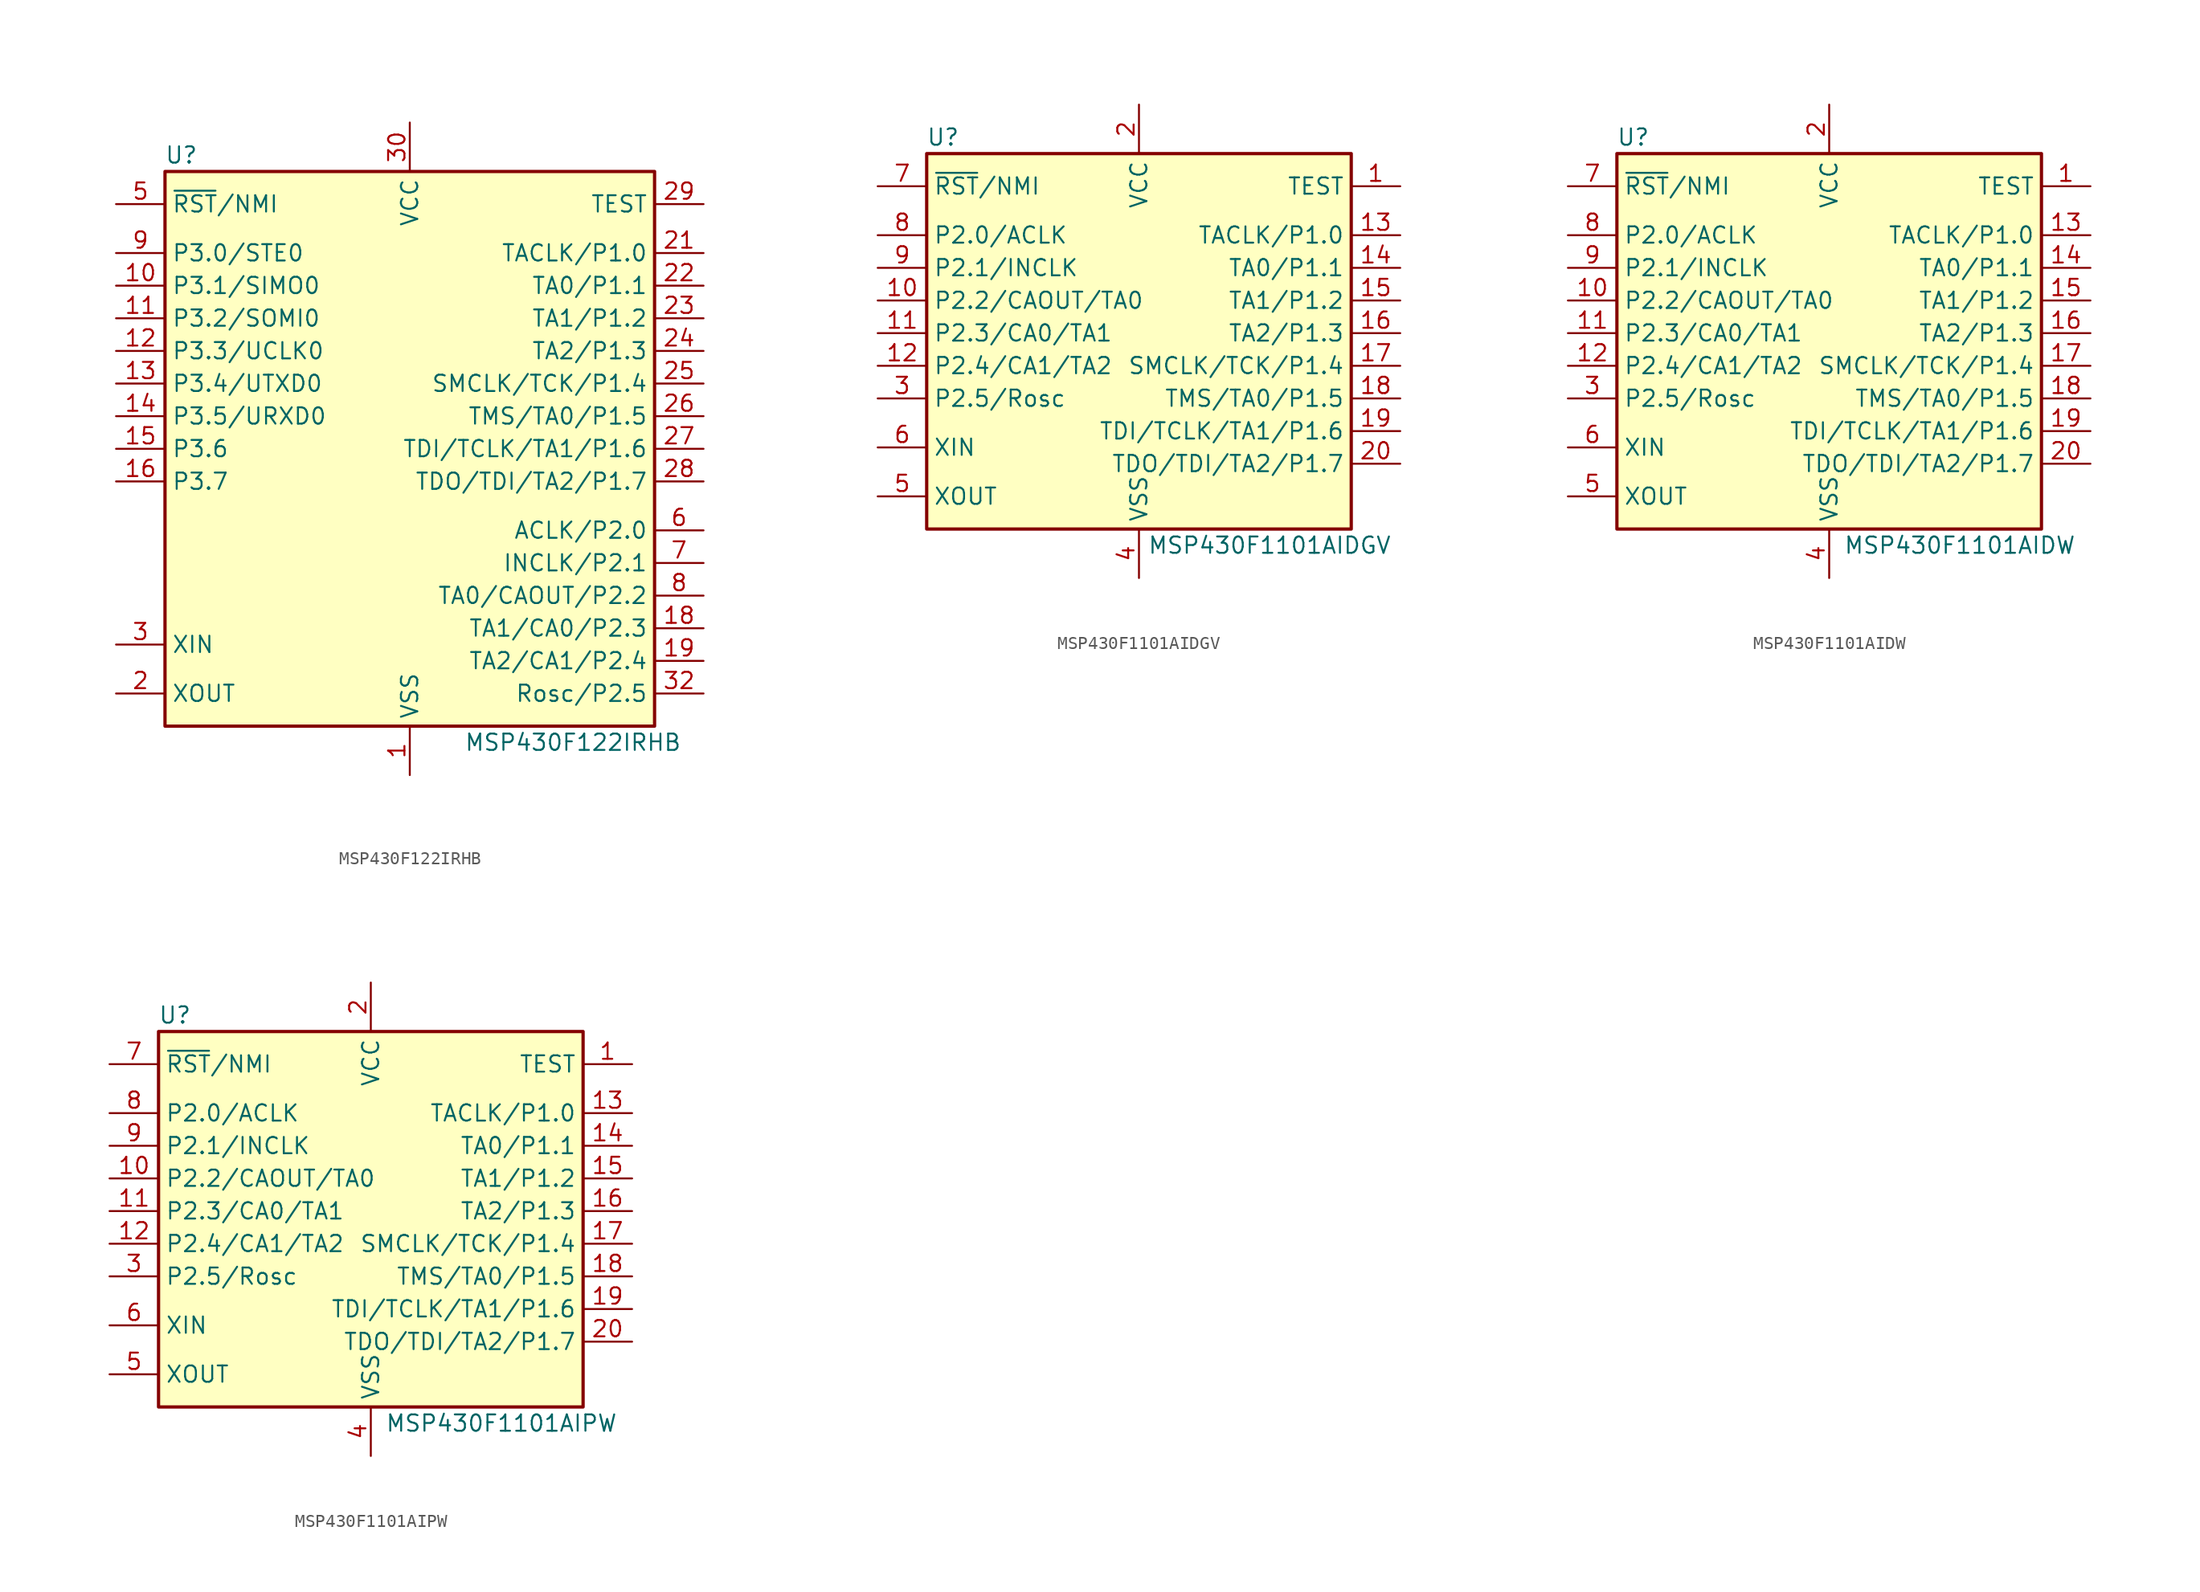
<source format=kicad_sym>
(kicad_symbol_lib
  (version 20211014)
  (generator kicad_symbol_editor)
  (symbol "MSP430F122IRHB"
    (property "Reference" "U"
      (at -17.78 22.86 0)
      (effects (font (size 1.27 1.27))))
    (property "Value" "MSP430F122IRHB"
      (at 12.7 -22.86 0)
      (effects (font (size 1.27 1.27))))
    (symbol "MSP430F122IRHB_0_1"
      (rectangle (start -19.05 21.59) (end 19.05 -21.59) (stroke (width 0.254) (type default) (color 0 0 0 0)) (fill (type background))))
    (symbol "MSP430F122IRHB_1_1"
      (pin power_in line (at 0 -25.4 90) (length 3.81) (name "VSS" (effects (font (size 1.27 1.27)))) (number "1" (effects (font (size 1.27 1.27)))))
      (pin bidirectional line (at -22.86 12.7 0) (length 3.81) (name "P3.1/SIMO0" (effects (font (size 1.27 1.27)))) (number "10" (effects (font (size 1.27 1.27)))))
      (pin bidirectional line (at -22.86 10.16 0) (length 3.81) (name "P3.2/SOMI0" (effects (font (size 1.27 1.27)))) (number "11" (effects (font (size 1.27 1.27)))))
      (pin bidirectional line (at -22.86 7.62 0) (length 3.81) (name "P3.3/UCLK0" (effects (font (size 1.27 1.27)))) (number "12" (effects (font (size 1.27 1.27)))))
      (pin bidirectional line (at -22.86 5.08 0) (length 3.81) (name "P3.4/UTXD0" (effects (font (size 1.27 1.27)))) (number "13" (effects (font (size 1.27 1.27)))))
      (pin bidirectional line (at -22.86 2.54 0) (length 3.81) (name "P3.5/URXD0" (effects (font (size 1.27 1.27)))) (number "14" (effects (font (size 1.27 1.27)))))
      (pin bidirectional line (at -22.86 0 0) (length 3.81) (name "P3.6" (effects (font (size 1.27 1.27)))) (number "15" (effects (font (size 1.27 1.27)))))
      (pin bidirectional line (at -22.86 -2.54 0) (length 3.81) (name "P3.7" (effects (font (size 1.27 1.27)))) (number "16" (effects (font (size 1.27 1.27)))))
      (pin bidirectional line (at 22.86 -13.97 180) (length 3.81) (name "TA1/CA0/P2.3" (effects (font (size 1.27 1.27)))) (number "18" (effects (font (size 1.27 1.27)))))
      (pin bidirectional line (at 22.86 -16.51 180) (length 3.81) (name "TA2/CA1/P2.4" (effects (font (size 1.27 1.27)))) (number "19" (effects (font (size 1.27 1.27)))))
      (pin output line (at -22.86 -19.05 0) (length 3.81) (name "XOUT" (effects (font (size 1.27 1.27)))) (number "2" (effects (font (size 1.27 1.27)))))
      (pin bidirectional line (at 22.86 15.24 180) (length 3.81) (name "TACLK/P1.0" (effects (font (size 1.27 1.27)))) (number "21" (effects (font (size 1.27 1.27)))))
      (pin bidirectional line (at 22.86 12.7 180) (length 3.81) (name "TA0/P1.1" (effects (font (size 1.27 1.27)))) (number "22" (effects (font (size 1.27 1.27)))))
      (pin bidirectional line (at 22.86 10.16 180) (length 3.81) (name "TA1/P1.2" (effects (font (size 1.27 1.27)))) (number "23" (effects (font (size 1.27 1.27)))))
      (pin bidirectional line (at 22.86 7.62 180) (length 3.81) (name "TA2/P1.3" (effects (font (size 1.27 1.27)))) (number "24" (effects (font (size 1.27 1.27)))))
      (pin bidirectional line (at 22.86 5.08 180) (length 3.81) (name "SMCLK/TCK/P1.4" (effects (font (size 1.27 1.27)))) (number "25" (effects (font (size 1.27 1.27)))))
      (pin bidirectional line (at 22.86 2.54 180) (length 3.81) (name "TMS/TA0/P1.5" (effects (font (size 1.27 1.27)))) (number "26" (effects (font (size 1.27 1.27)))))
      (pin bidirectional line (at 22.86 0 180) (length 3.81) (name "TDI/TCLK/TA1/P1.6" (effects (font (size 1.27 1.27)))) (number "27" (effects (font (size 1.27 1.27)))))
      (pin bidirectional line (at 22.86 -2.54 180) (length 3.81) (name "TDO/TDI/TA2/P1.7" (effects (font (size 1.27 1.27)))) (number "28" (effects (font (size 1.27 1.27)))))
      (pin input line (at 22.86 19.05 180) (length 3.81) (name "TEST" (effects (font (size 1.27 1.27)))) (number "29" (effects (font (size 1.27 1.27)))))
      (pin input line (at -22.86 -15.24 0) (length 3.81) (name "XIN" (effects (font (size 1.27 1.27)))) (number "3" (effects (font (size 1.27 1.27)))))
      (pin power_in line (at 0 25.4 270) (length 3.81) (name "VCC" (effects (font (size 1.27 1.27)))) (number "30" (effects (font (size 1.27 1.27)))))
      (pin bidirectional line (at 22.86 -19.05 180) (length 3.81) (name "Rosc/P2.5" (effects (font (size 1.27 1.27)))) (number "32" (effects (font (size 1.27 1.27)))))
      (pin input line (at -22.86 19.05 0) (length 3.81) (name "~{RST}/NMI" (effects (font (size 1.27 1.27)))) (number "5" (effects (font (size 1.27 1.27)))))
      (pin bidirectional line (at 22.86 -6.35 180) (length 3.81) (name "ACLK/P2.0" (effects (font (size 1.27 1.27)))) (number "6" (effects (font (size 1.27 1.27)))))
      (pin bidirectional line (at 22.86 -8.89 180) (length 3.81) (name "INCLK/P2.1" (effects (font (size 1.27 1.27)))) (number "7" (effects (font (size 1.27 1.27)))))
      (pin bidirectional line (at 22.86 -11.43 180) (length 3.81) (name "TA0/CAOUT/P2.2" (effects (font (size 1.27 1.27)))) (number "8" (effects (font (size 1.27 1.27)))))
      (pin bidirectional line (at -22.86 15.24 0) (length 3.81) (name "P3.0/STE0" (effects (font (size 1.27 1.27)))) (number "9" (effects (font (size 1.27 1.27)))))))
  (symbol "MSP430F1101AIDGV"
    (property "Reference" "U"
      (at -15.24 15.24 0)
      (effects (font (size 1.27 1.27))))
    (property "Value" "MSP430F1101AIDGV"
      (at 10.16 -16.51 0)
      (effects (font (size 1.27 1.27))))
    (symbol "MSP430F1101AIDGV_0_1"
      (rectangle (start -16.51 13.97) (end 16.51 -15.24) (stroke (width 0.254) (type default) (color 0 0 0 0)) (fill (type background))))
    (symbol "MSP430F1101AIDGV_1_1"
      (pin input line (at 20.32 11.43 180) (length 3.81) (name "TEST" (effects (font (size 1.27 1.27)))) (number "1" (effects (font (size 1.27 1.27)))))
      (pin bidirectional line (at -20.32 2.54 0) (length 3.81) (name "P2.2/CAOUT/TA0" (effects (font (size 1.27 1.27)))) (number "10" (effects (font (size 1.27 1.27)))))
      (pin bidirectional line (at -20.32 0 0) (length 3.81) (name "P2.3/CA0/TA1" (effects (font (size 1.27 1.27)))) (number "11" (effects (font (size 1.27 1.27)))))
      (pin bidirectional line (at -20.32 -2.54 0) (length 3.81) (name "P2.4/CA1/TA2" (effects (font (size 1.27 1.27)))) (number "12" (effects (font (size 1.27 1.27)))))
      (pin bidirectional line (at 20.32 7.62 180) (length 3.81) (name "TACLK/P1.0" (effects (font (size 1.27 1.27)))) (number "13" (effects (font (size 1.27 1.27)))))
      (pin bidirectional line (at 20.32 5.08 180) (length 3.81) (name "TA0/P1.1" (effects (font (size 1.27 1.27)))) (number "14" (effects (font (size 1.27 1.27)))))
      (pin bidirectional line (at 20.32 2.54 180) (length 3.81) (name "TA1/P1.2" (effects (font (size 1.27 1.27)))) (number "15" (effects (font (size 1.27 1.27)))))
      (pin bidirectional line (at 20.32 0 180) (length 3.81) (name "TA2/P1.3" (effects (font (size 1.27 1.27)))) (number "16" (effects (font (size 1.27 1.27)))))
      (pin bidirectional line (at 20.32 -2.54 180) (length 3.81) (name "SMCLK/TCK/P1.4" (effects (font (size 1.27 1.27)))) (number "17" (effects (font (size 1.27 1.27)))))
      (pin bidirectional line (at 20.32 -5.08 180) (length 3.81) (name "TMS/TA0/P1.5" (effects (font (size 1.27 1.27)))) (number "18" (effects (font (size 1.27 1.27)))))
      (pin bidirectional line (at 20.32 -7.62 180) (length 3.81) (name "TDI/TCLK/TA1/P1.6" (effects (font (size 1.27 1.27)))) (number "19" (effects (font (size 1.27 1.27)))))
      (pin power_in line (at 0 17.78 270) (length 3.81) (name "VCC" (effects (font (size 1.27 1.27)))) (number "2" (effects (font (size 1.27 1.27)))))
      (pin bidirectional line (at 20.32 -10.16 180) (length 3.81) (name "TDO/TDI/TA2/P1.7" (effects (font (size 1.27 1.27)))) (number "20" (effects (font (size 1.27 1.27)))))
      (pin bidirectional line (at -20.32 -5.08 0) (length 3.81) (name "P2.5/Rosc" (effects (font (size 1.27 1.27)))) (number "3" (effects (font (size 1.27 1.27)))))
      (pin power_in line (at 0 -19.05 90) (length 3.81) (name "VSS" (effects (font (size 1.27 1.27)))) (number "4" (effects (font (size 1.27 1.27)))))
      (pin output line (at -20.32 -12.7 0) (length 3.81) (name "XOUT" (effects (font (size 1.27 1.27)))) (number "5" (effects (font (size 1.27 1.27)))))
      (pin input line (at -20.32 -8.89 0) (length 3.81) (name "XIN" (effects (font (size 1.27 1.27)))) (number "6" (effects (font (size 1.27 1.27)))))
      (pin input line (at -20.32 11.43 0) (length 3.81) (name "~{RST}/NMI" (effects (font (size 1.27 1.27)))) (number "7" (effects (font (size 1.27 1.27)))))
      (pin bidirectional line (at -20.32 7.62 0) (length 3.81) (name "P2.0/ACLK" (effects (font (size 1.27 1.27)))) (number "8" (effects (font (size 1.27 1.27)))))
      (pin bidirectional line (at -20.32 5.08 0) (length 3.81) (name "P2.1/INCLK" (effects (font (size 1.27 1.27)))) (number "9" (effects (font (size 1.27 1.27)))))))
  (symbol "MSP430F1101AIDW"
    (property "Reference" "U"
      (at -15.24 15.24 0)
      (effects (font (size 1.27 1.27))))
    (property "Value" "MSP430F1101AIDW"
      (at 10.16 -16.51 0)
      (effects (font (size 1.27 1.27))))
    (symbol "MSP430F1101AIDW_0_1"
      (rectangle (start -16.51 13.97) (end 16.51 -15.24) (stroke (width 0.254) (type default) (color 0 0 0 0)) (fill (type background))))
    (symbol "MSP430F1101AIDW_1_1"
      (pin input line (at 20.32 11.43 180) (length 3.81) (name "TEST" (effects (font (size 1.27 1.27)))) (number "1" (effects (font (size 1.27 1.27)))))
      (pin bidirectional line (at -20.32 2.54 0) (length 3.81) (name "P2.2/CAOUT/TA0" (effects (font (size 1.27 1.27)))) (number "10" (effects (font (size 1.27 1.27)))))
      (pin bidirectional line (at -20.32 0 0) (length 3.81) (name "P2.3/CA0/TA1" (effects (font (size 1.27 1.27)))) (number "11" (effects (font (size 1.27 1.27)))))
      (pin bidirectional line (at -20.32 -2.54 0) (length 3.81) (name "P2.4/CA1/TA2" (effects (font (size 1.27 1.27)))) (number "12" (effects (font (size 1.27 1.27)))))
      (pin bidirectional line (at 20.32 7.62 180) (length 3.81) (name "TACLK/P1.0" (effects (font (size 1.27 1.27)))) (number "13" (effects (font (size 1.27 1.27)))))
      (pin bidirectional line (at 20.32 5.08 180) (length 3.81) (name "TA0/P1.1" (effects (font (size 1.27 1.27)))) (number "14" (effects (font (size 1.27 1.27)))))
      (pin bidirectional line (at 20.32 2.54 180) (length 3.81) (name "TA1/P1.2" (effects (font (size 1.27 1.27)))) (number "15" (effects (font (size 1.27 1.27)))))
      (pin bidirectional line (at 20.32 0 180) (length 3.81) (name "TA2/P1.3" (effects (font (size 1.27 1.27)))) (number "16" (effects (font (size 1.27 1.27)))))
      (pin bidirectional line (at 20.32 -2.54 180) (length 3.81) (name "SMCLK/TCK/P1.4" (effects (font (size 1.27 1.27)))) (number "17" (effects (font (size 1.27 1.27)))))
      (pin bidirectional line (at 20.32 -5.08 180) (length 3.81) (name "TMS/TA0/P1.5" (effects (font (size 1.27 1.27)))) (number "18" (effects (font (size 1.27 1.27)))))
      (pin bidirectional line (at 20.32 -7.62 180) (length 3.81) (name "TDI/TCLK/TA1/P1.6" (effects (font (size 1.27 1.27)))) (number "19" (effects (font (size 1.27 1.27)))))
      (pin power_in line (at 0 17.78 270) (length 3.81) (name "VCC" (effects (font (size 1.27 1.27)))) (number "2" (effects (font (size 1.27 1.27)))))
      (pin bidirectional line (at 20.32 -10.16 180) (length 3.81) (name "TDO/TDI/TA2/P1.7" (effects (font (size 1.27 1.27)))) (number "20" (effects (font (size 1.27 1.27)))))
      (pin bidirectional line (at -20.32 -5.08 0) (length 3.81) (name "P2.5/Rosc" (effects (font (size 1.27 1.27)))) (number "3" (effects (font (size 1.27 1.27)))))
      (pin power_in line (at 0 -19.05 90) (length 3.81) (name "VSS" (effects (font (size 1.27 1.27)))) (number "4" (effects (font (size 1.27 1.27)))))
      (pin output line (at -20.32 -12.7 0) (length 3.81) (name "XOUT" (effects (font (size 1.27 1.27)))) (number "5" (effects (font (size 1.27 1.27)))))
      (pin input line (at -20.32 -8.89 0) (length 3.81) (name "XIN" (effects (font (size 1.27 1.27)))) (number "6" (effects (font (size 1.27 1.27)))))
      (pin input line (at -20.32 11.43 0) (length 3.81) (name "~{RST}/NMI" (effects (font (size 1.27 1.27)))) (number "7" (effects (font (size 1.27 1.27)))))
      (pin bidirectional line (at -20.32 7.62 0) (length 3.81) (name "P2.0/ACLK" (effects (font (size 1.27 1.27)))) (number "8" (effects (font (size 1.27 1.27)))))
      (pin bidirectional line (at -20.32 5.08 0) (length 3.81) (name "P2.1/INCLK" (effects (font (size 1.27 1.27)))) (number "9" (effects (font (size 1.27 1.27)))))))
  (symbol "MSP430F1101AIPW"
    (property "Reference" "U"
      (at -15.24 15.24 0)
      (effects (font (size 1.27 1.27))))
    (property "Value" "MSP430F1101AIPW"
      (at 10.16 -16.51 0)
      (effects (font (size 1.27 1.27))))
    (symbol "MSP430F1101AIPW_0_1"
      (rectangle (start -16.51 13.97) (end 16.51 -15.24) (stroke (width 0.254) (type default) (color 0 0 0 0)) (fill (type background))))
    (symbol "MSP430F1101AIPW_1_1"
      (pin input line (at 20.32 11.43 180) (length 3.81) (name "TEST" (effects (font (size 1.27 1.27)))) (number "1" (effects (font (size 1.27 1.27)))))
      (pin bidirectional line (at -20.32 2.54 0) (length 3.81) (name "P2.2/CAOUT/TA0" (effects (font (size 1.27 1.27)))) (number "10" (effects (font (size 1.27 1.27)))))
      (pin bidirectional line (at -20.32 0 0) (length 3.81) (name "P2.3/CA0/TA1" (effects (font (size 1.27 1.27)))) (number "11" (effects (font (size 1.27 1.27)))))
      (pin bidirectional line (at -20.32 -2.54 0) (length 3.81) (name "P2.4/CA1/TA2" (effects (font (size 1.27 1.27)))) (number "12" (effects (font (size 1.27 1.27)))))
      (pin bidirectional line (at 20.32 7.62 180) (length 3.81) (name "TACLK/P1.0" (effects (font (size 1.27 1.27)))) (number "13" (effects (font (size 1.27 1.27)))))
      (pin bidirectional line (at 20.32 5.08 180) (length 3.81) (name "TA0/P1.1" (effects (font (size 1.27 1.27)))) (number "14" (effects (font (size 1.27 1.27)))))
      (pin bidirectional line (at 20.32 2.54 180) (length 3.81) (name "TA1/P1.2" (effects (font (size 1.27 1.27)))) (number "15" (effects (font (size 1.27 1.27)))))
      (pin bidirectional line (at 20.32 0 180) (length 3.81) (name "TA2/P1.3" (effects (font (size 1.27 1.27)))) (number "16" (effects (font (size 1.27 1.27)))))
      (pin bidirectional line (at 20.32 -2.54 180) (length 3.81) (name "SMCLK/TCK/P1.4" (effects (font (size 1.27 1.27)))) (number "17" (effects (font (size 1.27 1.27)))))
      (pin bidirectional line (at 20.32 -5.08 180) (length 3.81) (name "TMS/TA0/P1.5" (effects (font (size 1.27 1.27)))) (number "18" (effects (font (size 1.27 1.27)))))
      (pin bidirectional line (at 20.32 -7.62 180) (length 3.81) (name "TDI/TCLK/TA1/P1.6" (effects (font (size 1.27 1.27)))) (number "19" (effects (font (size 1.27 1.27)))))
      (pin power_in line (at 0 17.78 270) (length 3.81) (name "VCC" (effects (font (size 1.27 1.27)))) (number "2" (effects (font (size 1.27 1.27)))))
      (pin bidirectional line (at 20.32 -10.16 180) (length 3.81) (name "TDO/TDI/TA2/P1.7" (effects (font (size 1.27 1.27)))) (number "20" (effects (font (size 1.27 1.27)))))
      (pin bidirectional line (at -20.32 -5.08 0) (length 3.81) (name "P2.5/Rosc" (effects (font (size 1.27 1.27)))) (number "3" (effects (font (size 1.27 1.27)))))
      (pin power_in line (at 0 -19.05 90) (length 3.81) (name "VSS" (effects (font (size 1.27 1.27)))) (number "4" (effects (font (size 1.27 1.27)))))
      (pin output line (at -20.32 -12.7 0) (length 3.81) (name "XOUT" (effects (font (size 1.27 1.27)))) (number "5" (effects (font (size 1.27 1.27)))))
      (pin input line (at -20.32 -8.89 0) (length 3.81) (name "XIN" (effects (font (size 1.27 1.27)))) (number "6" (effects (font (size 1.27 1.27)))))
      (pin input line (at -20.32 11.43 0) (length 3.81) (name "~{RST}/NMI" (effects (font (size 1.27 1.27)))) (number "7" (effects (font (size 1.27 1.27)))))
      (pin bidirectional line (at -20.32 7.62 0) (length 3.81) (name "P2.0/ACLK" (effects (font (size 1.27 1.27)))) (number "8" (effects (font (size 1.27 1.27)))))
      (pin bidirectional line (at -20.32 5.08 0) (length 3.81) (name "P2.1/INCLK" (effects (font (size 1.27 1.27)))) (number "9" (effects (font (size 1.27 1.27))))))))
</source>
